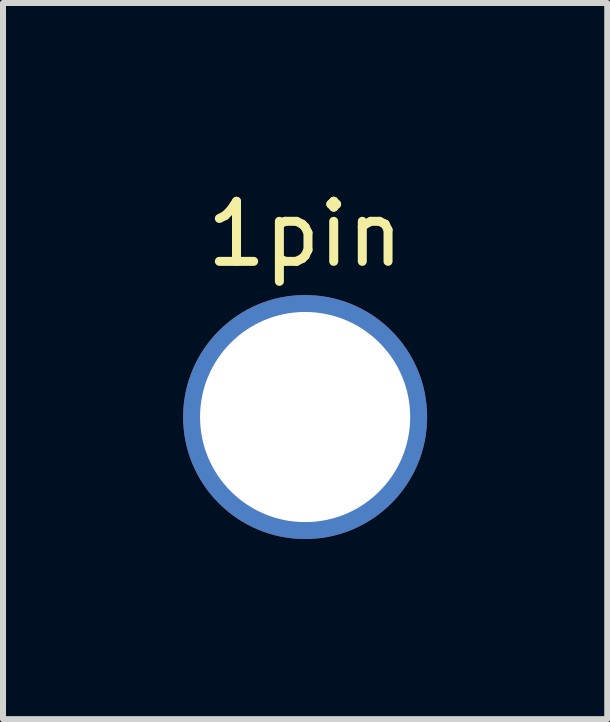
<source format=kicad_pcb>
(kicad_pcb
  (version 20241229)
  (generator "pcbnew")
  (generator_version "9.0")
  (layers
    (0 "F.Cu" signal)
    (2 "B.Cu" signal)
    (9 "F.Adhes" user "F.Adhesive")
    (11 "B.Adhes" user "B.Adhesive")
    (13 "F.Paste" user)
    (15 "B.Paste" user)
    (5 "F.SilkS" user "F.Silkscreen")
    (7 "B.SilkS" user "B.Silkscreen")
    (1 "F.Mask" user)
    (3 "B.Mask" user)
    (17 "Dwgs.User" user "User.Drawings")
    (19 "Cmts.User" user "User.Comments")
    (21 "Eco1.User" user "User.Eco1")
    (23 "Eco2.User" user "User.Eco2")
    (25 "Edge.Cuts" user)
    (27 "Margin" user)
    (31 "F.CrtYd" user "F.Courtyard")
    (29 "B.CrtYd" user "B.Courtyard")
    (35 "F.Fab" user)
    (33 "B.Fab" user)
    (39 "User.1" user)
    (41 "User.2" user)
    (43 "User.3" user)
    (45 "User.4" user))
  (footprint "1pin"
    (layer "F.Cu")
    (at 2.032 3.896)
    (property "Reference" "1pin" (at 0 -3.048 0) (layer "F.SilkS") (effects (font (size 1 1) (thickness 0.15))))
    (attr through_hole)
    (pad "" np_thru_hole circle (at 0 0) (size 4.064 4.064) (drill 3.5) (layers "*.Cu")))
  (gr_rect
    (start -3 -3)
    (end 7.064 8.928)
    (stroke (width 0.1) (type default))
    (fill no)
    (layer "Edge.Cuts")))
</source>
